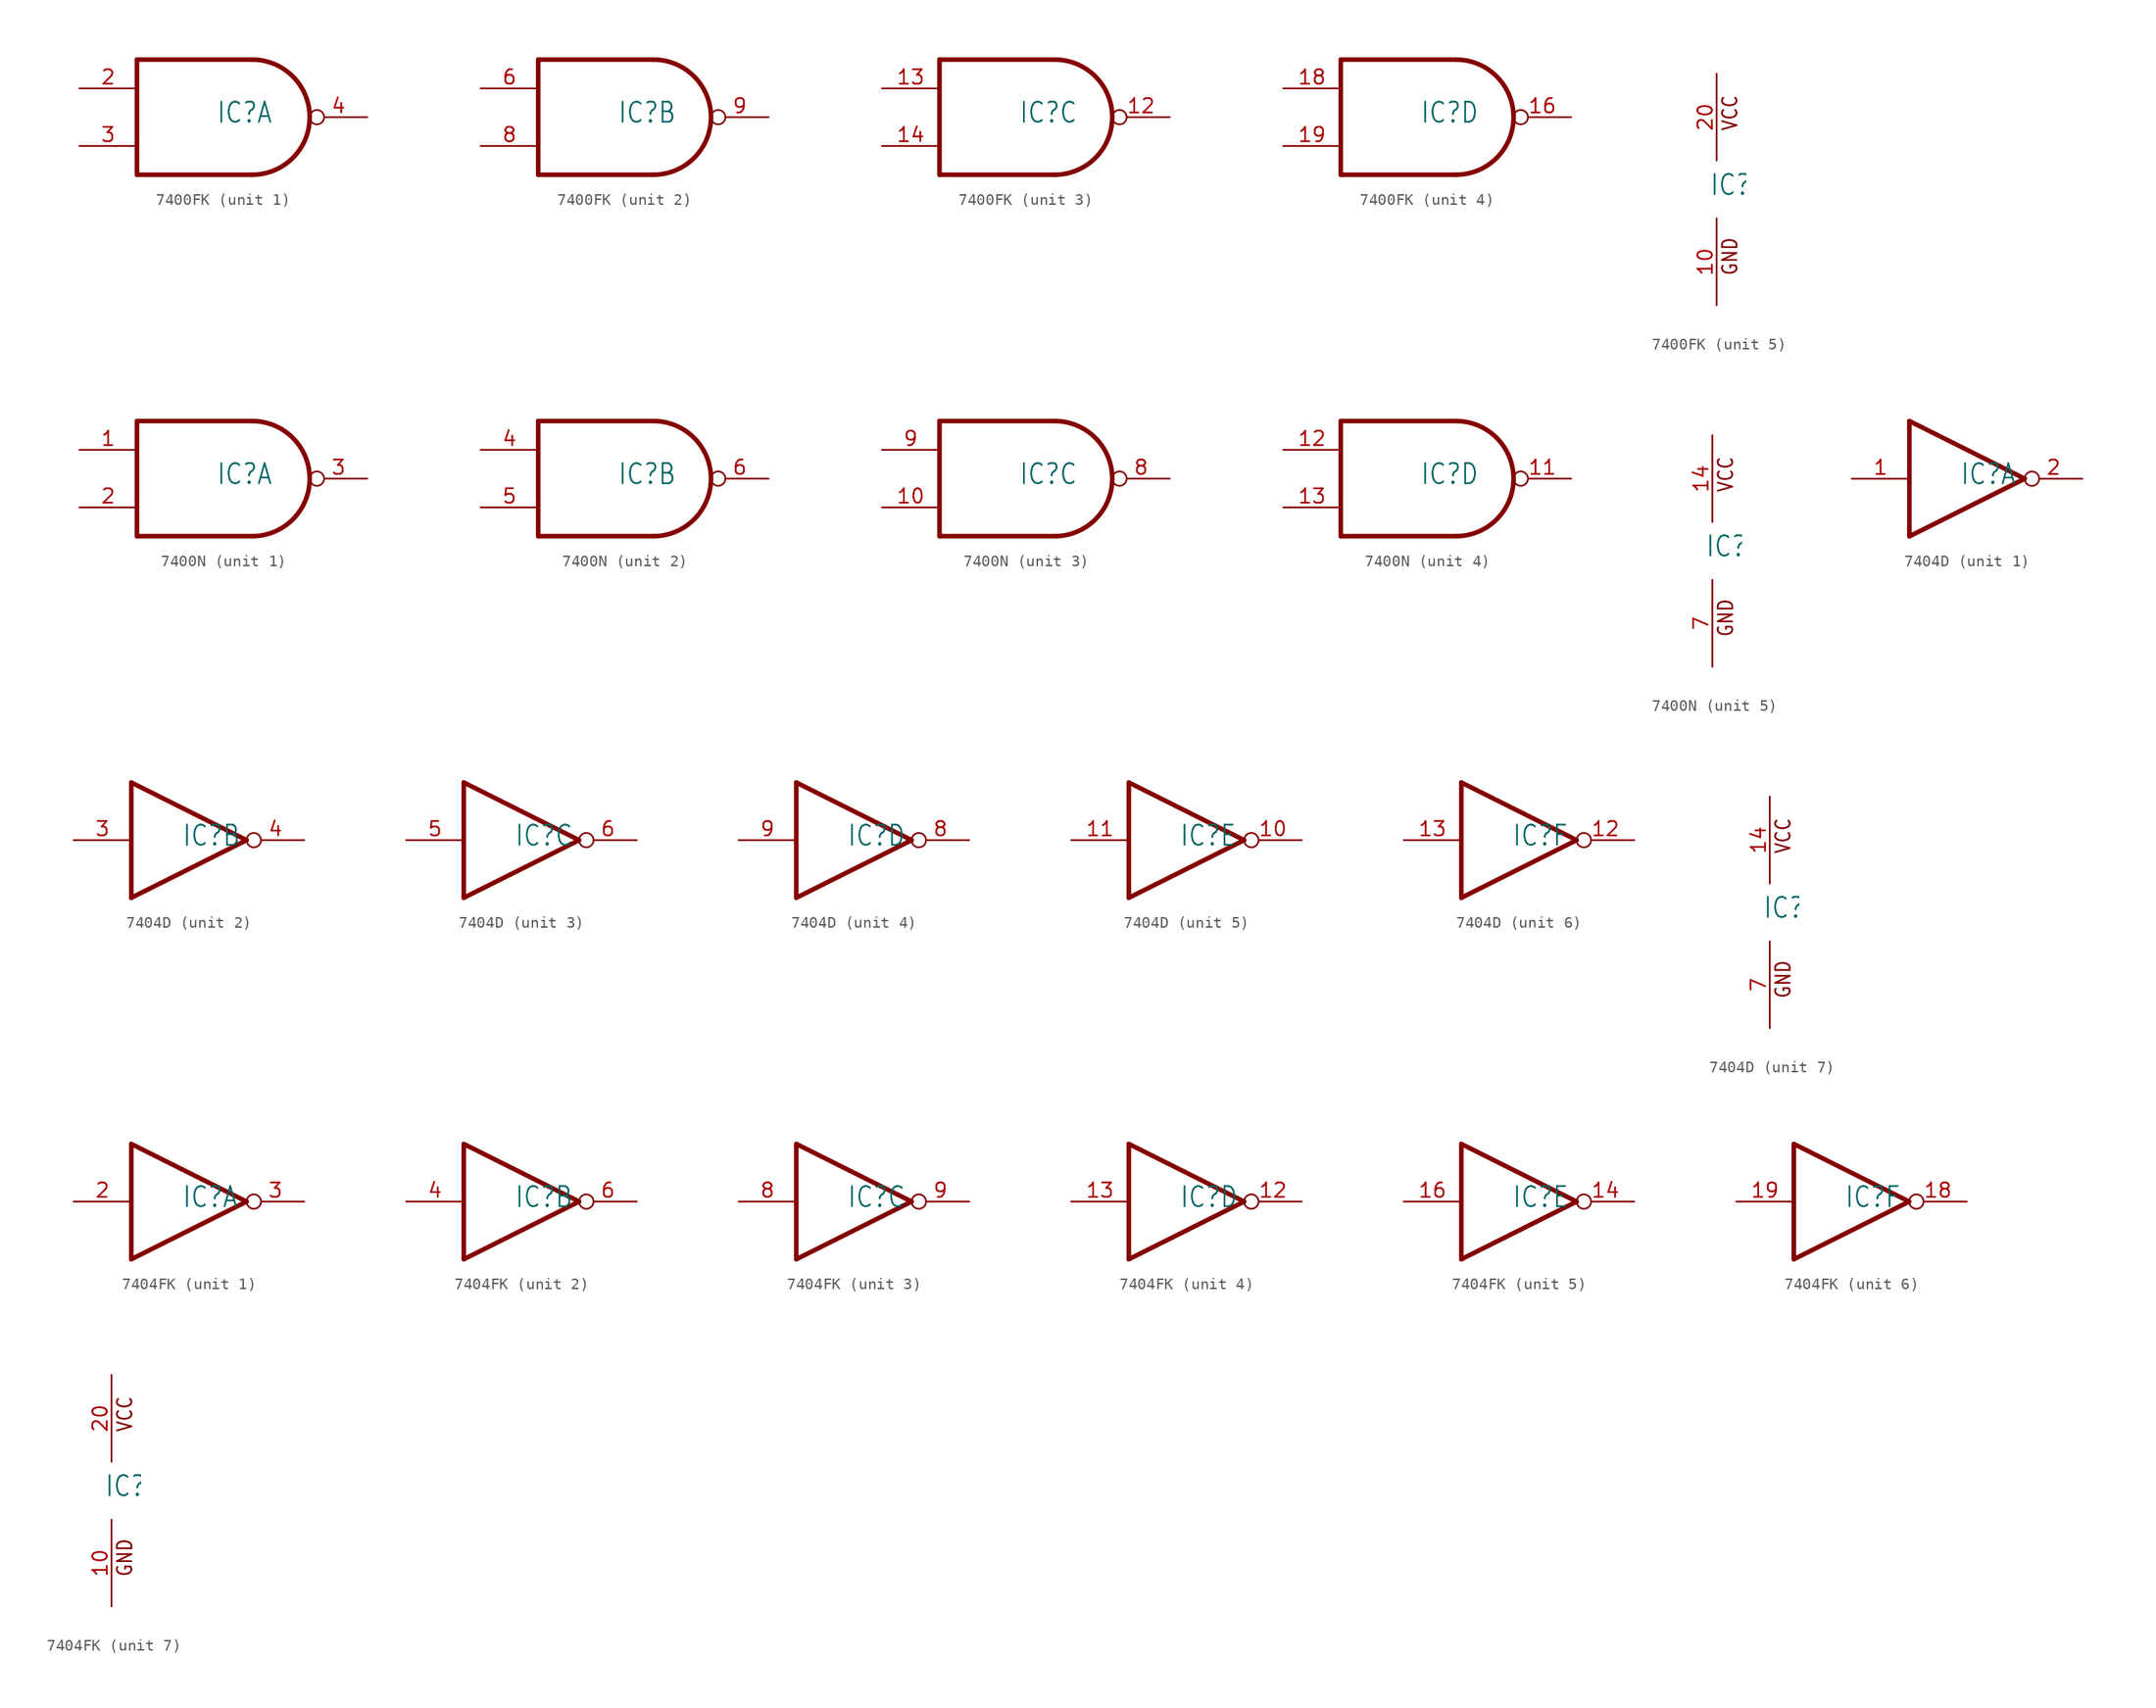
<source format=kicad_sym>
(kicad_symbol_lib
  (version 20220914)
  (generator kicad_symbol_editor)
  (symbol "7400FK"
    (property "Reference" "IC"
      (at -0.635 -0.635 0)
      (effects (font (size 1.778 1.511)) (justify left bottom)))
    (property "ki_locked" ""
      (at 0 0 0)
      (effects (font (size 1.27 1.27))))
    (symbol "7400FK_1_0"
      (polyline (pts (xy -7.62 -5.08) (xy 2.54 -5.08)) (stroke (width 0.406) (type default)) (fill (type none)))
      (polyline (pts (xy -7.62 5.08) (xy -7.62 -5.08)) (stroke (width 0.406) (type default)) (fill (type none)))
      (polyline (pts (xy 2.54 5.08) (xy -7.62 5.08)) (stroke (width 0.406) (type default)) (fill (type none)))
      (arc (start 2.54 -5.08) (mid 7.6199 0) (end 2.54 5.08) (stroke (width 0.4064) (type default)) (fill (type none)))
      (pin input line (at -12.7 2.54 0) (length 5.08) (name "I0" (effects (font (size 0 0)))) (number "2" (effects (font (size 1.27 1.27)))))
      (pin input line (at -12.7 -2.54 0) (length 5.08) (name "I1" (effects (font (size 0 0)))) (number "3" (effects (font (size 1.27 1.27)))))
      (pin output inverted (at 12.7 0 180) (length 5.08) (name "O" (effects (font (size 0 0)))) (number "4" (effects (font (size 1.27 1.27))))))
    (symbol "7400FK_2_0"
      (polyline (pts (xy -7.62 -5.08) (xy 2.54 -5.08)) (stroke (width 0.406) (type default)) (fill (type none)))
      (polyline (pts (xy -7.62 5.08) (xy -7.62 -5.08)) (stroke (width 0.406) (type default)) (fill (type none)))
      (polyline (pts (xy 2.54 5.08) (xy -7.62 5.08)) (stroke (width 0.406) (type default)) (fill (type none)))
      (arc (start 2.54 -5.08) (mid 7.6199 0) (end 2.54 5.08) (stroke (width 0.4064) (type default)) (fill (type none)))
      (pin input line (at -12.7 2.54 0) (length 5.08) (name "I0" (effects (font (size 0 0)))) (number "6" (effects (font (size 1.27 1.27)))))
      (pin input line (at -12.7 -2.54 0) (length 5.08) (name "I1" (effects (font (size 0 0)))) (number "8" (effects (font (size 1.27 1.27)))))
      (pin output inverted (at 12.7 0 180) (length 5.08) (name "O" (effects (font (size 0 0)))) (number "9" (effects (font (size 1.27 1.27))))))
    (symbol "7400FK_3_0"
      (polyline (pts (xy -7.62 -5.08) (xy 2.54 -5.08)) (stroke (width 0.406) (type default)) (fill (type none)))
      (polyline (pts (xy -7.62 5.08) (xy -7.62 -5.08)) (stroke (width 0.406) (type default)) (fill (type none)))
      (polyline (pts (xy 2.54 5.08) (xy -7.62 5.08)) (stroke (width 0.406) (type default)) (fill (type none)))
      (arc (start 2.54 -5.08) (mid 7.6199 0) (end 2.54 5.08) (stroke (width 0.4064) (type default)) (fill (type none)))
      (pin output inverted (at 12.7 0 180) (length 5.08) (name "O" (effects (font (size 0 0)))) (number "12" (effects (font (size 1.27 1.27)))))
      (pin input line (at -12.7 2.54 0) (length 5.08) (name "I0" (effects (font (size 0 0)))) (number "13" (effects (font (size 1.27 1.27)))))
      (pin input line (at -12.7 -2.54 0) (length 5.08) (name "I1" (effects (font (size 0 0)))) (number "14" (effects (font (size 1.27 1.27))))))
    (symbol "7400FK_4_0"
      (polyline (pts (xy -7.62 -5.08) (xy 2.54 -5.08)) (stroke (width 0.406) (type default)) (fill (type none)))
      (polyline (pts (xy -7.62 5.08) (xy -7.62 -5.08)) (stroke (width 0.406) (type default)) (fill (type none)))
      (polyline (pts (xy 2.54 5.08) (xy -7.62 5.08)) (stroke (width 0.406) (type default)) (fill (type none)))
      (arc (start 2.54 -5.08) (mid 7.6199 0) (end 2.54 5.08) (stroke (width 0.4064) (type default)) (fill (type none)))
      (pin output inverted (at 12.7 0 180) (length 5.08) (name "O" (effects (font (size 0 0)))) (number "16" (effects (font (size 1.27 1.27)))))
      (pin input line (at -12.7 2.54 0) (length 5.08) (name "I0" (effects (font (size 0 0)))) (number "18" (effects (font (size 1.27 1.27)))))
      (pin input line (at -12.7 -2.54 0) (length 5.08) (name "I1" (effects (font (size 0 0)))) (number "19" (effects (font (size 1.27 1.27))))))
    (symbol "7400FK_5_0"
      (text "GND" (at 1.905 -7.62 900) (effects (font (size 1.27 1.079)) (justify left bottom)))
      (text "VCC" (at 1.905 5.08 900) (effects (font (size 1.27 1.079)) (justify left bottom)))
      (pin power_in line (at 0 -10.16 90) (length 7.62) (name "GND" (effects (font (size 0 0)))) (number "10" (effects (font (size 1.27 1.27)))))
      (pin power_in line (at 0 10.16 270) (length 7.62) (name "VCC" (effects (font (size 0 0)))) (number "20" (effects (font (size 1.27 1.27)))))))
  (symbol "7400N"
    (property "Reference" "IC"
      (at -0.635 -0.635 0)
      (effects (font (size 1.778 1.511)) (justify left bottom)))
    (property "ki_locked" ""
      (at 0 0 0)
      (effects (font (size 1.27 1.27))))
    (symbol "7400N_1_0"
      (polyline (pts (xy -7.62 -5.08) (xy 2.54 -5.08)) (stroke (width 0.406) (type default)) (fill (type none)))
      (polyline (pts (xy -7.62 5.08) (xy -7.62 -5.08)) (stroke (width 0.406) (type default)) (fill (type none)))
      (polyline (pts (xy 2.54 5.08) (xy -7.62 5.08)) (stroke (width 0.406) (type default)) (fill (type none)))
      (arc (start 2.54 -5.08) (mid 7.6199 0) (end 2.54 5.08) (stroke (width 0.4064) (type default)) (fill (type none)))
      (pin input line (at -12.7 2.54 0) (length 5.08) (name "I0" (effects (font (size 0 0)))) (number "1" (effects (font (size 1.27 1.27)))))
      (pin input line (at -12.7 -2.54 0) (length 5.08) (name "I1" (effects (font (size 0 0)))) (number "2" (effects (font (size 1.27 1.27)))))
      (pin output inverted (at 12.7 0 180) (length 5.08) (name "O" (effects (font (size 0 0)))) (number "3" (effects (font (size 1.27 1.27))))))
    (symbol "7400N_2_0"
      (polyline (pts (xy -7.62 -5.08) (xy 2.54 -5.08)) (stroke (width 0.406) (type default)) (fill (type none)))
      (polyline (pts (xy -7.62 5.08) (xy -7.62 -5.08)) (stroke (width 0.406) (type default)) (fill (type none)))
      (polyline (pts (xy 2.54 5.08) (xy -7.62 5.08)) (stroke (width 0.406) (type default)) (fill (type none)))
      (arc (start 2.54 -5.08) (mid 7.6199 0) (end 2.54 5.08) (stroke (width 0.4064) (type default)) (fill (type none)))
      (pin input line (at -12.7 2.54 0) (length 5.08) (name "I0" (effects (font (size 0 0)))) (number "4" (effects (font (size 1.27 1.27)))))
      (pin input line (at -12.7 -2.54 0) (length 5.08) (name "I1" (effects (font (size 0 0)))) (number "5" (effects (font (size 1.27 1.27)))))
      (pin output inverted (at 12.7 0 180) (length 5.08) (name "O" (effects (font (size 0 0)))) (number "6" (effects (font (size 1.27 1.27))))))
    (symbol "7400N_3_0"
      (polyline (pts (xy -7.62 -5.08) (xy 2.54 -5.08)) (stroke (width 0.406) (type default)) (fill (type none)))
      (polyline (pts (xy -7.62 5.08) (xy -7.62 -5.08)) (stroke (width 0.406) (type default)) (fill (type none)))
      (polyline (pts (xy 2.54 5.08) (xy -7.62 5.08)) (stroke (width 0.406) (type default)) (fill (type none)))
      (arc (start 2.54 -5.08) (mid 7.6199 0) (end 2.54 5.08) (stroke (width 0.4064) (type default)) (fill (type none)))
      (pin input line (at -12.7 -2.54 0) (length 5.08) (name "I1" (effects (font (size 0 0)))) (number "10" (effects (font (size 1.27 1.27)))))
      (pin output inverted (at 12.7 0 180) (length 5.08) (name "O" (effects (font (size 0 0)))) (number "8" (effects (font (size 1.27 1.27)))))
      (pin input line (at -12.7 2.54 0) (length 5.08) (name "I0" (effects (font (size 0 0)))) (number "9" (effects (font (size 1.27 1.27))))))
    (symbol "7400N_4_0"
      (polyline (pts (xy -7.62 -5.08) (xy 2.54 -5.08)) (stroke (width 0.406) (type default)) (fill (type none)))
      (polyline (pts (xy -7.62 5.08) (xy -7.62 -5.08)) (stroke (width 0.406) (type default)) (fill (type none)))
      (polyline (pts (xy 2.54 5.08) (xy -7.62 5.08)) (stroke (width 0.406) (type default)) (fill (type none)))
      (arc (start 2.54 -5.08) (mid 7.6199 0) (end 2.54 5.08) (stroke (width 0.4064) (type default)) (fill (type none)))
      (pin output inverted (at 12.7 0 180) (length 5.08) (name "O" (effects (font (size 0 0)))) (number "11" (effects (font (size 1.27 1.27)))))
      (pin input line (at -12.7 2.54 0) (length 5.08) (name "I0" (effects (font (size 0 0)))) (number "12" (effects (font (size 1.27 1.27)))))
      (pin input line (at -12.7 -2.54 0) (length 5.08) (name "I1" (effects (font (size 0 0)))) (number "13" (effects (font (size 1.27 1.27))))))
    (symbol "7400N_5_0"
      (text "GND" (at 1.905 -7.62 900) (effects (font (size 1.27 1.079)) (justify left bottom)))
      (text "VCC" (at 1.905 5.08 900) (effects (font (size 1.27 1.079)) (justify left bottom)))
      (pin power_in line (at 0 10.16 270) (length 7.62) (name "VCC" (effects (font (size 0 0)))) (number "14" (effects (font (size 1.27 1.27)))))
      (pin power_in line (at 0 -10.16 90) (length 7.62) (name "GND" (effects (font (size 0 0)))) (number "7" (effects (font (size 1.27 1.27)))))))
  (symbol "7404D"
    (property "Reference" "IC"
      (at -0.635 -0.635 0)
      (effects (font (size 1.778 1.511)) (justify left bottom)))
    (property "ki_locked" ""
      (at 0 0 0)
      (effects (font (size 1.27 1.27))))
    (symbol "7404D_1_0"
      (polyline (pts (xy -5.08 -5.08) (xy -5.08 5.08)) (stroke (width 0.406) (type default)) (fill (type none)))
      (polyline (pts (xy -5.08 5.08) (xy 5.08 0)) (stroke (width 0.406) (type default)) (fill (type none)))
      (polyline (pts (xy 5.08 0) (xy -5.08 -5.08)) (stroke (width 0.406) (type default)) (fill (type none)))
      (pin input line (at -10.16 0 0) (length 5.08) (name "I" (effects (font (size 0 0)))) (number "1" (effects (font (size 1.27 1.27)))))
      (pin output inverted (at 10.16 0 180) (length 5.08) (name "O" (effects (font (size 0 0)))) (number "2" (effects (font (size 1.27 1.27))))))
    (symbol "7404D_2_0"
      (polyline (pts (xy -5.08 -5.08) (xy -5.08 5.08)) (stroke (width 0.406) (type default)) (fill (type none)))
      (polyline (pts (xy -5.08 5.08) (xy 5.08 0)) (stroke (width 0.406) (type default)) (fill (type none)))
      (polyline (pts (xy 5.08 0) (xy -5.08 -5.08)) (stroke (width 0.406) (type default)) (fill (type none)))
      (pin input line (at -10.16 0 0) (length 5.08) (name "I" (effects (font (size 0 0)))) (number "3" (effects (font (size 1.27 1.27)))))
      (pin output inverted (at 10.16 0 180) (length 5.08) (name "O" (effects (font (size 0 0)))) (number "4" (effects (font (size 1.27 1.27))))))
    (symbol "7404D_3_0"
      (polyline (pts (xy -5.08 -5.08) (xy -5.08 5.08)) (stroke (width 0.406) (type default)) (fill (type none)))
      (polyline (pts (xy -5.08 5.08) (xy 5.08 0)) (stroke (width 0.406) (type default)) (fill (type none)))
      (polyline (pts (xy 5.08 0) (xy -5.08 -5.08)) (stroke (width 0.406) (type default)) (fill (type none)))
      (pin input line (at -10.16 0 0) (length 5.08) (name "I" (effects (font (size 0 0)))) (number "5" (effects (font (size 1.27 1.27)))))
      (pin output inverted (at 10.16 0 180) (length 5.08) (name "O" (effects (font (size 0 0)))) (number "6" (effects (font (size 1.27 1.27))))))
    (symbol "7404D_4_0"
      (polyline (pts (xy -5.08 -5.08) (xy -5.08 5.08)) (stroke (width 0.406) (type default)) (fill (type none)))
      (polyline (pts (xy -5.08 5.08) (xy 5.08 0)) (stroke (width 0.406) (type default)) (fill (type none)))
      (polyline (pts (xy 5.08 0) (xy -5.08 -5.08)) (stroke (width 0.406) (type default)) (fill (type none)))
      (pin output inverted (at 10.16 0 180) (length 5.08) (name "O" (effects (font (size 0 0)))) (number "8" (effects (font (size 1.27 1.27)))))
      (pin input line (at -10.16 0 0) (length 5.08) (name "I" (effects (font (size 0 0)))) (number "9" (effects (font (size 1.27 1.27))))))
    (symbol "7404D_5_0"
      (polyline (pts (xy -5.08 -5.08) (xy -5.08 5.08)) (stroke (width 0.406) (type default)) (fill (type none)))
      (polyline (pts (xy -5.08 5.08) (xy 5.08 0)) (stroke (width 0.406) (type default)) (fill (type none)))
      (polyline (pts (xy 5.08 0) (xy -5.08 -5.08)) (stroke (width 0.406) (type default)) (fill (type none)))
      (pin output inverted (at 10.16 0 180) (length 5.08) (name "O" (effects (font (size 0 0)))) (number "10" (effects (font (size 1.27 1.27)))))
      (pin input line (at -10.16 0 0) (length 5.08) (name "I" (effects (font (size 0 0)))) (number "11" (effects (font (size 1.27 1.27))))))
    (symbol "7404D_6_0"
      (polyline (pts (xy -5.08 -5.08) (xy -5.08 5.08)) (stroke (width 0.406) (type default)) (fill (type none)))
      (polyline (pts (xy -5.08 5.08) (xy 5.08 0)) (stroke (width 0.406) (type default)) (fill (type none)))
      (polyline (pts (xy 5.08 0) (xy -5.08 -5.08)) (stroke (width 0.406) (type default)) (fill (type none)))
      (pin output inverted (at 10.16 0 180) (length 5.08) (name "O" (effects (font (size 0 0)))) (number "12" (effects (font (size 1.27 1.27)))))
      (pin input line (at -10.16 0 0) (length 5.08) (name "I" (effects (font (size 0 0)))) (number "13" (effects (font (size 1.27 1.27))))))
    (symbol "7404D_7_0"
      (text "GND" (at 1.905 -7.62 900) (effects (font (size 1.27 1.079)) (justify left bottom)))
      (text "VCC" (at 1.905 5.08 900) (effects (font (size 1.27 1.079)) (justify left bottom)))
      (pin power_in line (at 0 10.16 270) (length 7.62) (name "VCC" (effects (font (size 0 0)))) (number "14" (effects (font (size 1.27 1.27)))))
      (pin power_in line (at 0 -10.16 90) (length 7.62) (name "GND" (effects (font (size 0 0)))) (number "7" (effects (font (size 1.27 1.27)))))))
  (symbol "7404FK"
    (property "Reference" "IC"
      (at -0.635 -0.635 0)
      (effects (font (size 1.778 1.511)) (justify left bottom)))
    (property "ki_locked" ""
      (at 0 0 0)
      (effects (font (size 1.27 1.27))))
    (symbol "7404FK_1_0"
      (polyline (pts (xy -5.08 -5.08) (xy -5.08 5.08)) (stroke (width 0.406) (type default)) (fill (type none)))
      (polyline (pts (xy -5.08 5.08) (xy 5.08 0)) (stroke (width 0.406) (type default)) (fill (type none)))
      (polyline (pts (xy 5.08 0) (xy -5.08 -5.08)) (stroke (width 0.406) (type default)) (fill (type none)))
      (pin input line (at -10.16 0 0) (length 5.08) (name "I" (effects (font (size 0 0)))) (number "2" (effects (font (size 1.27 1.27)))))
      (pin output inverted (at 10.16 0 180) (length 5.08) (name "O" (effects (font (size 0 0)))) (number "3" (effects (font (size 1.27 1.27))))))
    (symbol "7404FK_2_0"
      (polyline (pts (xy -5.08 -5.08) (xy -5.08 5.08)) (stroke (width 0.406) (type default)) (fill (type none)))
      (polyline (pts (xy -5.08 5.08) (xy 5.08 0)) (stroke (width 0.406) (type default)) (fill (type none)))
      (polyline (pts (xy 5.08 0) (xy -5.08 -5.08)) (stroke (width 0.406) (type default)) (fill (type none)))
      (pin input line (at -10.16 0 0) (length 5.08) (name "I" (effects (font (size 0 0)))) (number "4" (effects (font (size 1.27 1.27)))))
      (pin output inverted (at 10.16 0 180) (length 5.08) (name "O" (effects (font (size 0 0)))) (number "6" (effects (font (size 1.27 1.27))))))
    (symbol "7404FK_3_0"
      (polyline (pts (xy -5.08 -5.08) (xy -5.08 5.08)) (stroke (width 0.406) (type default)) (fill (type none)))
      (polyline (pts (xy -5.08 5.08) (xy 5.08 0)) (stroke (width 0.406) (type default)) (fill (type none)))
      (polyline (pts (xy 5.08 0) (xy -5.08 -5.08)) (stroke (width 0.406) (type default)) (fill (type none)))
      (pin input line (at -10.16 0 0) (length 5.08) (name "I" (effects (font (size 0 0)))) (number "8" (effects (font (size 1.27 1.27)))))
      (pin output inverted (at 10.16 0 180) (length 5.08) (name "O" (effects (font (size 0 0)))) (number "9" (effects (font (size 1.27 1.27))))))
    (symbol "7404FK_4_0"
      (polyline (pts (xy -5.08 -5.08) (xy -5.08 5.08)) (stroke (width 0.406) (type default)) (fill (type none)))
      (polyline (pts (xy -5.08 5.08) (xy 5.08 0)) (stroke (width 0.406) (type default)) (fill (type none)))
      (polyline (pts (xy 5.08 0) (xy -5.08 -5.08)) (stroke (width 0.406) (type default)) (fill (type none)))
      (pin output inverted (at 10.16 0 180) (length 5.08) (name "O" (effects (font (size 0 0)))) (number "12" (effects (font (size 1.27 1.27)))))
      (pin input line (at -10.16 0 0) (length 5.08) (name "I" (effects (font (size 0 0)))) (number "13" (effects (font (size 1.27 1.27))))))
    (symbol "7404FK_5_0"
      (polyline (pts (xy -5.08 -5.08) (xy -5.08 5.08)) (stroke (width 0.406) (type default)) (fill (type none)))
      (polyline (pts (xy -5.08 5.08) (xy 5.08 0)) (stroke (width 0.406) (type default)) (fill (type none)))
      (polyline (pts (xy 5.08 0) (xy -5.08 -5.08)) (stroke (width 0.406) (type default)) (fill (type none)))
      (pin output inverted (at 10.16 0 180) (length 5.08) (name "O" (effects (font (size 0 0)))) (number "14" (effects (font (size 1.27 1.27)))))
      (pin input line (at -10.16 0 0) (length 5.08) (name "I" (effects (font (size 0 0)))) (number "16" (effects (font (size 1.27 1.27))))))
    (symbol "7404FK_6_0"
      (polyline (pts (xy -5.08 -5.08) (xy -5.08 5.08)) (stroke (width 0.406) (type default)) (fill (type none)))
      (polyline (pts (xy -5.08 5.08) (xy 5.08 0)) (stroke (width 0.406) (type default)) (fill (type none)))
      (polyline (pts (xy 5.08 0) (xy -5.08 -5.08)) (stroke (width 0.406) (type default)) (fill (type none)))
      (pin output inverted (at 10.16 0 180) (length 5.08) (name "O" (effects (font (size 0 0)))) (number "18" (effects (font (size 1.27 1.27)))))
      (pin input line (at -10.16 0 0) (length 5.08) (name "I" (effects (font (size 0 0)))) (number "19" (effects (font (size 1.27 1.27))))))
    (symbol "7404FK_7_0"
      (text "GND" (at 1.905 -7.62 900) (effects (font (size 1.27 1.079)) (justify left bottom)))
      (text "VCC" (at 1.905 5.08 900) (effects (font (size 1.27 1.079)) (justify left bottom)))
      (pin power_in line (at 0 -10.16 90) (length 7.62) (name "GND" (effects (font (size 0 0)))) (number "10" (effects (font (size 1.27 1.27)))))
      (pin power_in line (at 0 10.16 270) (length 7.62) (name "VCC" (effects (font (size 0 0)))) (number "20" (effects (font (size 1.27 1.27))))))))
</source>
